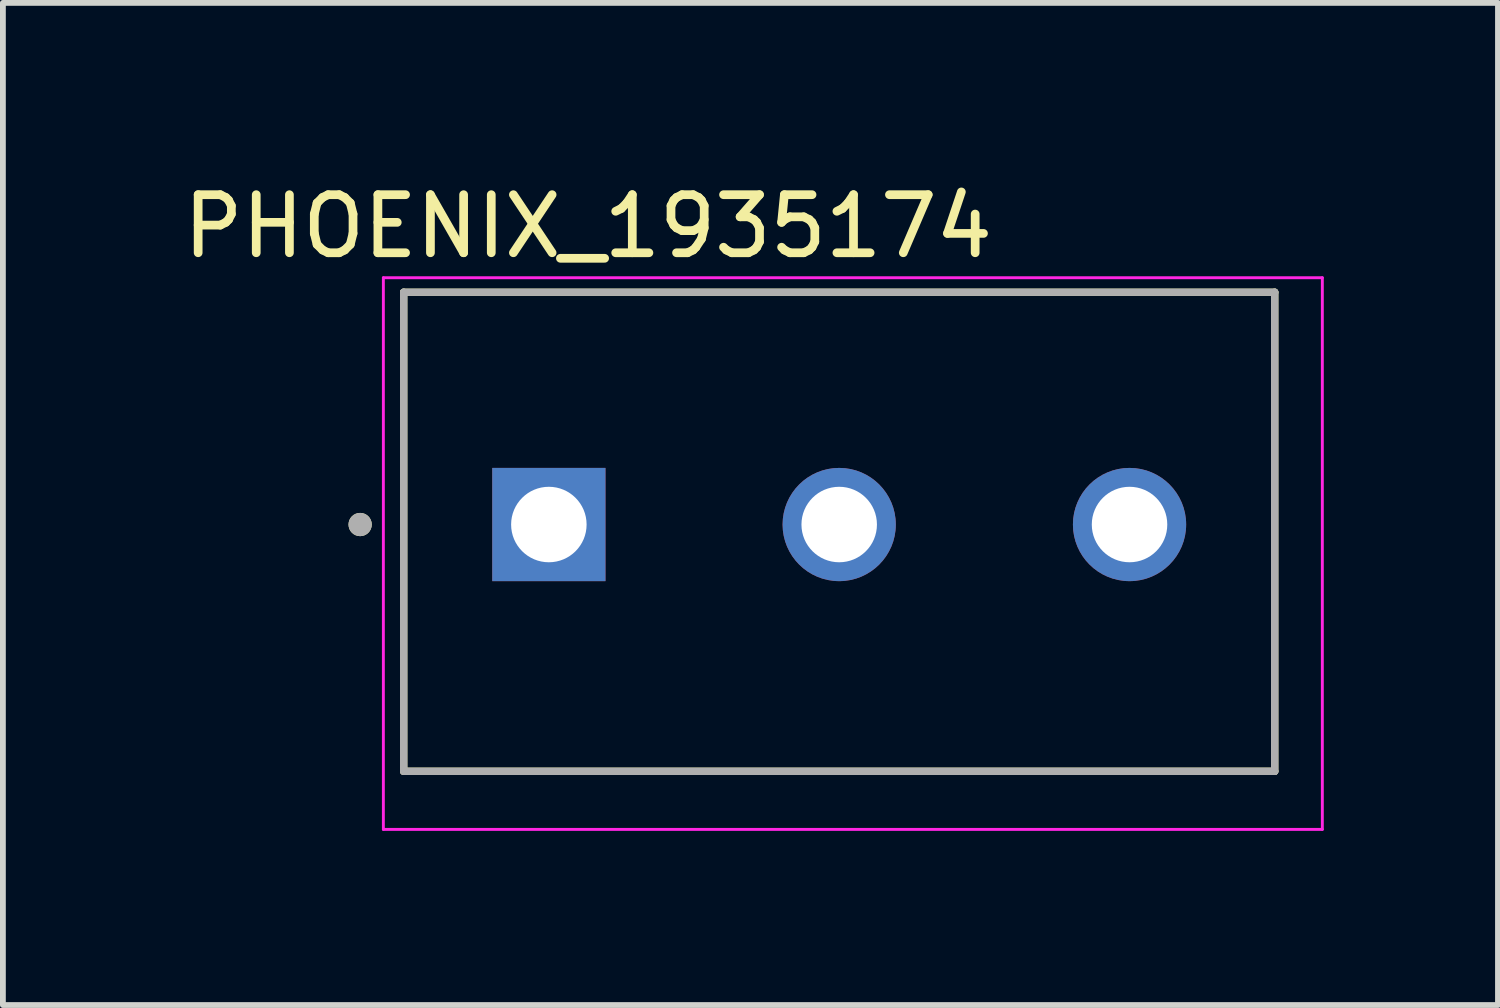
<source format=kicad_pcb>
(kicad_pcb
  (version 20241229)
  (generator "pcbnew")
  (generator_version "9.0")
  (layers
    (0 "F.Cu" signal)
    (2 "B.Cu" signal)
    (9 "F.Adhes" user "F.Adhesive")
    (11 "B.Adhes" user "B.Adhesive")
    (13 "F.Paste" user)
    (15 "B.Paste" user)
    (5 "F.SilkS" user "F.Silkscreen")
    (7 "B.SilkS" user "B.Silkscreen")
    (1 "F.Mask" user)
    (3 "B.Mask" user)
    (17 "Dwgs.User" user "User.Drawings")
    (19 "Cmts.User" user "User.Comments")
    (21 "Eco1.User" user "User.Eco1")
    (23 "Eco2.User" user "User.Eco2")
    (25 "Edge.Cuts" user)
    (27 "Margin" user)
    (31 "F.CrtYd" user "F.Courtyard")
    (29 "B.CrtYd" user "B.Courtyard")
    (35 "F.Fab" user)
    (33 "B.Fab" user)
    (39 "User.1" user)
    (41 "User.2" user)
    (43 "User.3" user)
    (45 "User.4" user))
  (footprint "PHOENIX_1935174"
    (layer "F.Cu")
    (at 3.902 10.233)
    (property "Reference" "PHOENIX_1935174" (at 3.175 -9.385 0) (layer "F.SilkS") (effects (font (size 1 1) (thickness 0.15))))
    (attr through_hole)
    (fp_line (start 0 -8.25) (end 15 -8.25) (stroke (width 0.127) (type solid)) (layer "F.SilkS"))
    (fp_line (start 0 0) (end 0 -8.25) (stroke (width 0.127) (type solid)) (layer "F.SilkS"))
    (fp_line (start 0 0) (end 15 0) (stroke (width 0.127) (type solid)) (layer "F.SilkS"))
    (fp_line (start 15 0) (end 15 -8.25) (stroke (width 0.127) (type solid)) (layer "F.SilkS"))
    (fp_circle (center -0.75 -4.25) (end -0.65 -4.25) (stroke (width 0.2) (type solid)) (fill no) (layer "F.SilkS"))
    (fp_line (start -0.35 -8.5) (end -0.35 1) (stroke (width 0.05) (type solid)) (layer "F.CrtYd"))
    (fp_line (start -0.35 1) (end 15.82 1) (stroke (width 0.05) (type solid)) (layer "F.CrtYd"))
    (fp_line (start 15.82 -8.5) (end -0.35 -8.5) (stroke (width 0.05) (type solid)) (layer "F.CrtYd"))
    (fp_line (start 15.82 1) (end 15.82 -8.5) (stroke (width 0.05) (type solid)) (layer "F.CrtYd"))
    (fp_line (start 0 -8.25) (end 15 -8.25) (stroke (width 0.127) (type solid)) (layer "F.Fab"))
    (fp_line (start 0 0) (end 0 -8.25) (stroke (width 0.127) (type solid)) (layer "F.Fab"))
    (fp_line (start 0 0) (end 15 0) (stroke (width 0.127) (type solid)) (layer "F.Fab"))
    (fp_line (start 15 0) (end 15 -8.25) (stroke (width 0.127) (type solid)) (layer "F.Fab"))
    (fp_circle (center -0.75 -4.25) (end -0.65 -4.25) (stroke (width 0.2) (type solid)) (fill no) (layer "F.Fab"))
    (pad "1" thru_hole rect (at 2.5 -4.25) (size 1.95 1.95) (drill 1.3) (layers "*.Cu" "*.Mask"))
    (pad "2" thru_hole circle (at 7.5 -4.25) (size 1.95 1.95) (drill 1.3) (layers "*.Cu" "*.Mask"))
    (pad "3" thru_hole circle (at 12.5 -4.25) (size 1.95 1.95) (drill 1.3) (layers "*.Cu" "*.Mask")))
  (gr_rect
    (start -3 -3)
    (end 22.747 14.258)
    (stroke (width 0.1) (type default))
    (fill no)
    (layer "Edge.Cuts")))
</source>
